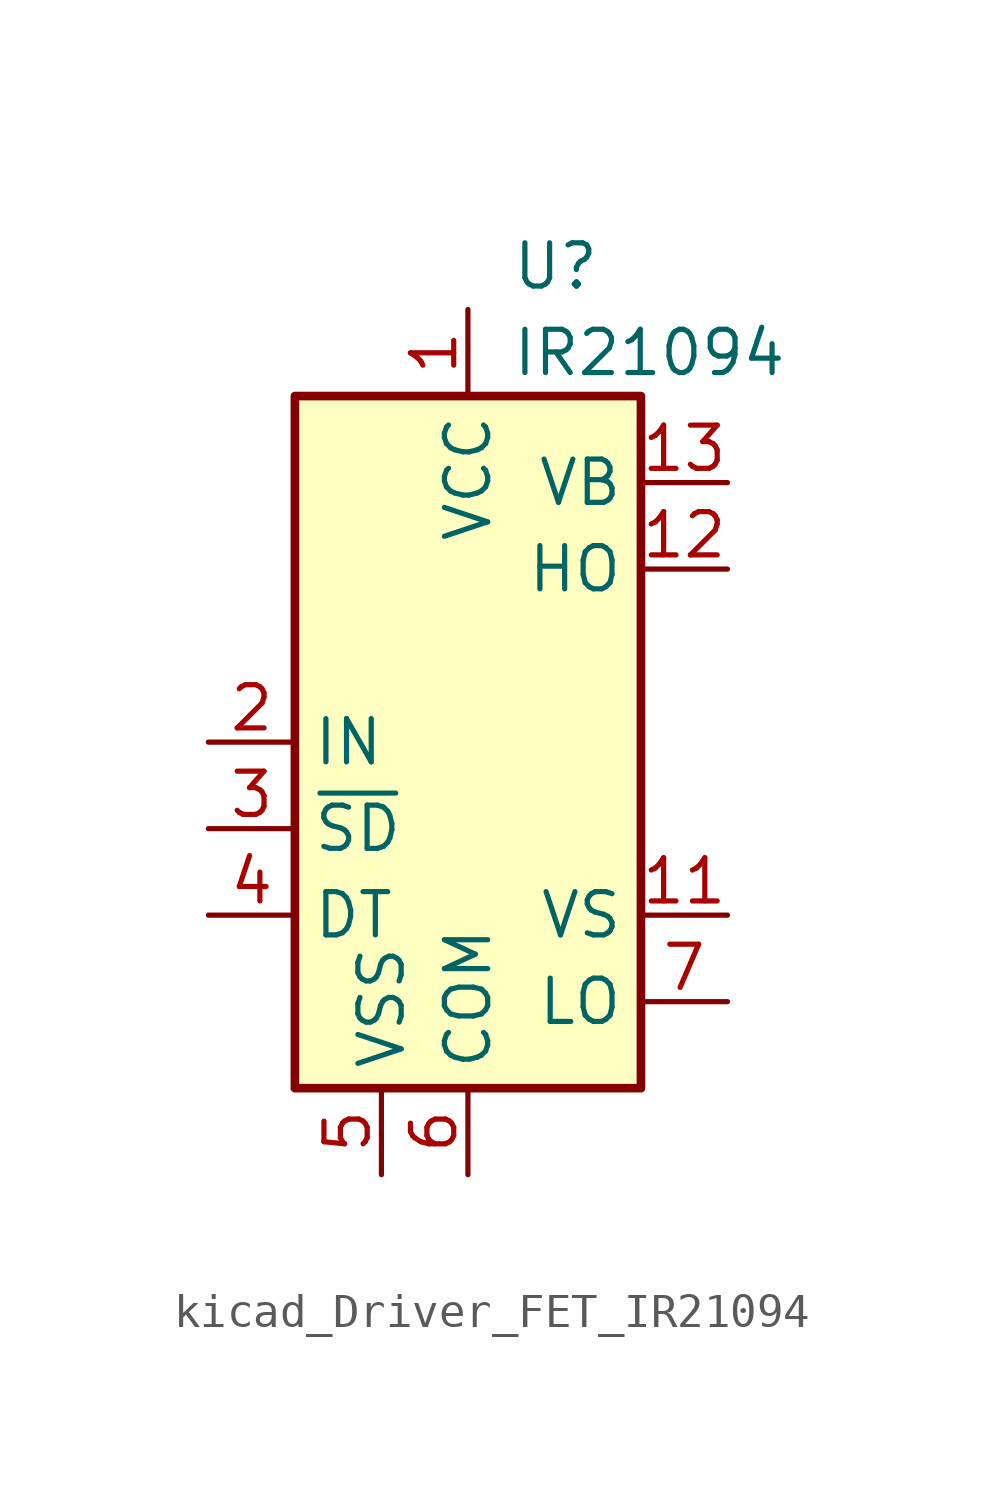
<source format=kicad_sym>
(kicad_symbol_lib
  (version 20220914)
  (generator kicad_symbol_editor)
  (symbol "kicad_Driver_FET_IR21094"
    (property "Reference" "U"
      (at 1.27 13.97 0)
      (effects (font (size 1.27 1.27)) (justify left)))
    (property "Value" "IR21094"
      (at 1.27 11.43 0)
      (effects (font (size 1.27 1.27)) (justify left)))
    (symbol "kicad_Driver_FET_IR21094_0_1"
      (rectangle (start -5.08 -10.16) (end 5.08 10.16) (stroke (width 0.254) (type default)) (fill (type background))))
    (symbol "kicad_Driver_FET_IR21094_1_1"
      (pin power_in line (at 0 12.7 270) (length 2.54) (name "VCC" (effects (font (size 1.27 1.27)))) (number "1" (effects (font (size 1.27 1.27)))))
      (pin no_connect line (at -5.08 2.54 0) (length 2.54) hide (name "NC" (effects (font (size 1.27 1.27)))) (number "10" (effects (font (size 1.27 1.27)))))
      (pin passive line (at 7.62 -5.08 180) (length 2.54) (name "VS" (effects (font (size 1.27 1.27)))) (number "11" (effects (font (size 1.27 1.27)))))
      (pin output line (at 7.62 5.08 180) (length 2.54) (name "HO" (effects (font (size 1.27 1.27)))) (number "12" (effects (font (size 1.27 1.27)))))
      (pin passive line (at 7.62 7.62 180) (length 2.54) (name "VB" (effects (font (size 1.27 1.27)))) (number "13" (effects (font (size 1.27 1.27)))))
      (pin no_connect line (at 5.08 2.54 180) (length 2.54) hide (name "NC" (effects (font (size 1.27 1.27)))) (number "14" (effects (font (size 1.27 1.27)))))
      (pin input line (at -7.62 0 0) (length 2.54) (name "IN" (effects (font (size 1.27 1.27)))) (number "2" (effects (font (size 1.27 1.27)))))
      (pin input line (at -7.62 -2.54 0) (length 2.54) (name "~{SD}" (effects (font (size 1.27 1.27)))) (number "3" (effects (font (size 1.27 1.27)))))
      (pin input line (at -7.62 -5.08 0) (length 2.54) (name "DT" (effects (font (size 1.27 1.27)))) (number "4" (effects (font (size 1.27 1.27)))))
      (pin power_in line (at -2.54 -12.7 90) (length 2.54) (name "VSS" (effects (font (size 1.27 1.27)))) (number "5" (effects (font (size 1.27 1.27)))))
      (pin power_in line (at 0 -12.7 90) (length 2.54) (name "COM" (effects (font (size 1.27 1.27)))) (number "6" (effects (font (size 1.27 1.27)))))
      (pin output line (at 7.62 -7.62 180) (length 2.54) (name "LO" (effects (font (size 1.27 1.27)))) (number "7" (effects (font (size 1.27 1.27)))))
      (pin no_connect line (at -5.08 7.62 0) (length 2.54) hide (name "NC" (effects (font (size 1.27 1.27)))) (number "8" (effects (font (size 1.27 1.27)))))
      (pin no_connect line (at -5.08 5.08 0) (length 2.54) hide (name "NC" (effects (font (size 1.27 1.27)))) (number "9" (effects (font (size 1.27 1.27))))))))
</source>
